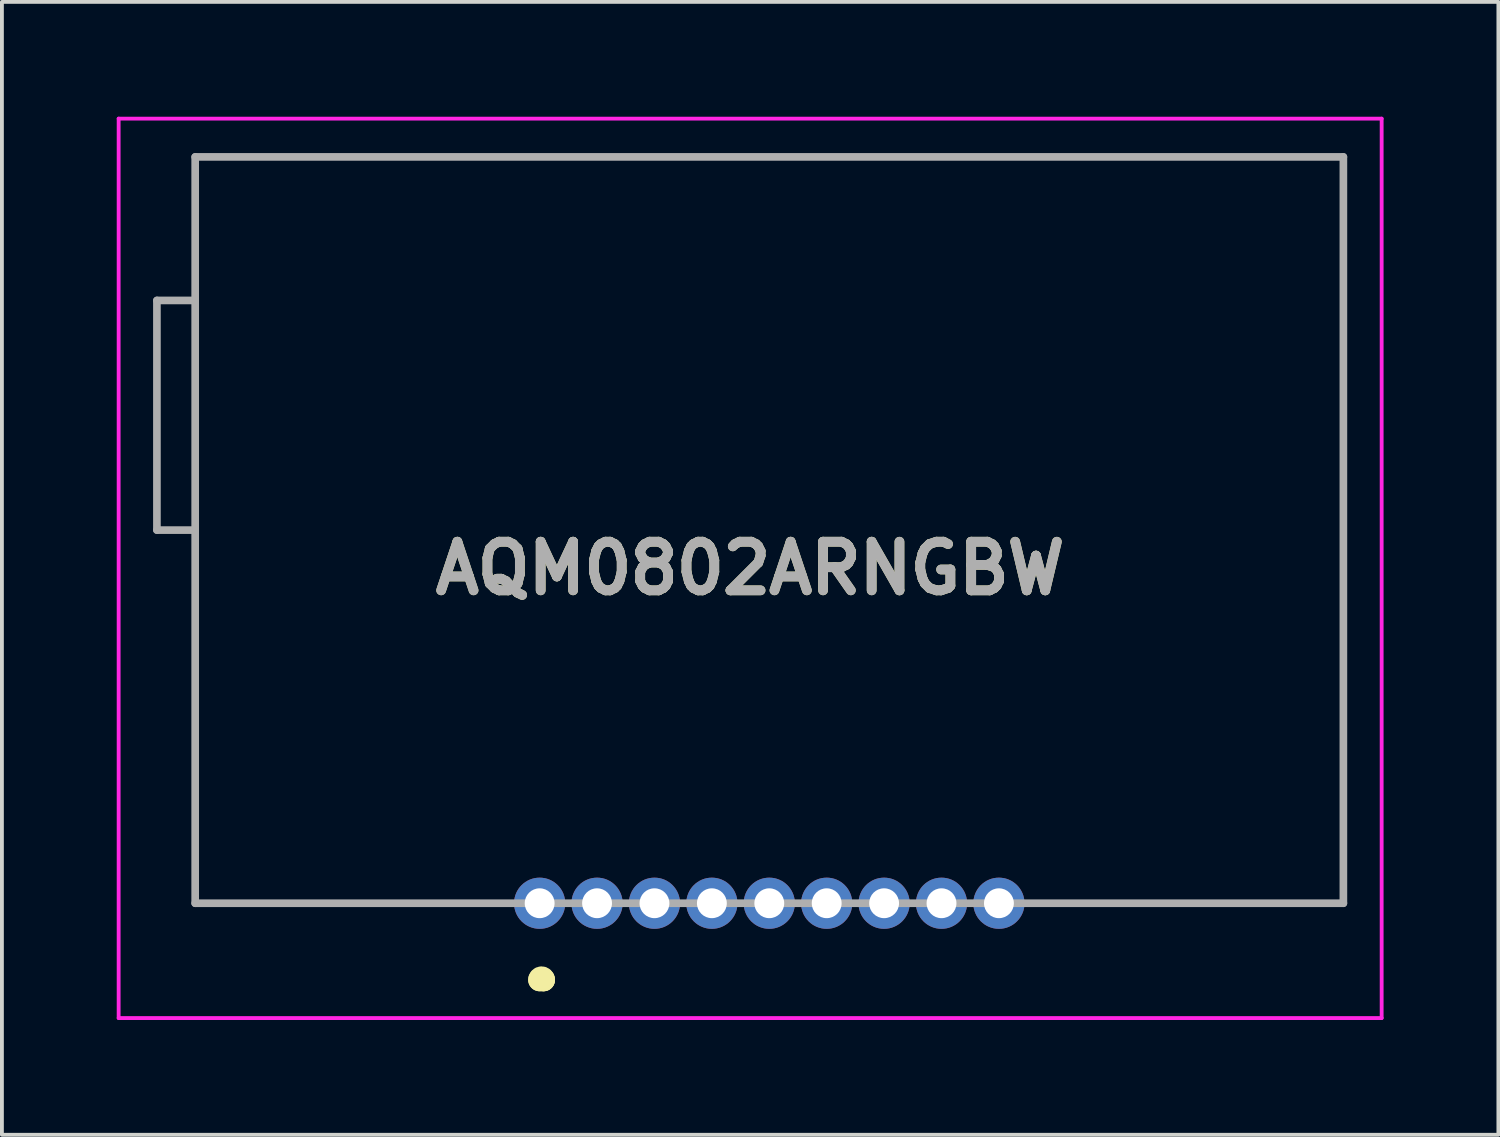
<source format=kicad_pcb>
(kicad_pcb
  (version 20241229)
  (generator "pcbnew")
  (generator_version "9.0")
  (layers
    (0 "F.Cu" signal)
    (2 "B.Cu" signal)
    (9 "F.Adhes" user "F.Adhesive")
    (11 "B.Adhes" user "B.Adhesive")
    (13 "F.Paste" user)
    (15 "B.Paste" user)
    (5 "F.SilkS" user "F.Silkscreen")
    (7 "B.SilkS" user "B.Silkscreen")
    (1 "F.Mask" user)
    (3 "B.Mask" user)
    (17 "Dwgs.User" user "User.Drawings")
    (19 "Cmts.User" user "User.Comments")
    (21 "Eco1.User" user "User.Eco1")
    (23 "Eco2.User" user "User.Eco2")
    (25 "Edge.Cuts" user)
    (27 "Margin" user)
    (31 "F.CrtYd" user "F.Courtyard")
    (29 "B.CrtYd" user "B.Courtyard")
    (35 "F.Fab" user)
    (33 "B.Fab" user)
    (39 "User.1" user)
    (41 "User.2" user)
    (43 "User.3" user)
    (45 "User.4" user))
  (footprint "AQM0802ARNGBW"
    (layer "F.Cu")
    (at 11.05 20.55)
    (property "Reference" "AQM0802ARNGBW" (at 5.5 -8.75 0) (layer "F.SilkS") (effects (font (size 1.27 1.27) (thickness 0.254))))
    (attr through_hole)
    (fp_line (start -9 -19.5) (end 21 -19.5) (stroke (width 0.1) (type solid)) (layer "F.SilkS"))
    (fp_line (start -9 0) (end -9 -19.5) (stroke (width 0.1) (type solid)) (layer "F.SilkS"))
    (fp_line (start -1.5 0) (end -9 0) (stroke (width 0.1) (type solid)) (layer "F.SilkS"))
    (fp_line (start 0 2) (end 0.1 2) (stroke (width 0.6) (type solid)) (layer "F.SilkS"))
    (fp_line (start 0.1 2) (end 0.1 2) (stroke (width 0.6) (type solid)) (layer "F.SilkS"))
    (fp_line (start 21 -19.5) (end 21 0) (stroke (width 0.1) (type solid)) (layer "F.SilkS"))
    (fp_line (start 21 0) (end 13.5 0) (stroke (width 0.1) (type solid)) (layer "F.SilkS"))
    (fp_arc (start 0 2) (mid 0.05 1.95) (end 0.1 2) (stroke (width 0.6) (type solid)) (layer "F.SilkS"))
    (fp_line (start -11 -20.5) (end 22 -20.5) (stroke (width 0.1) (type solid)) (layer "F.CrtYd"))
    (fp_line (start -11 3) (end -11 -20.5) (stroke (width 0.1) (type solid)) (layer "F.CrtYd"))
    (fp_line (start 22 -20.5) (end 22 3) (stroke (width 0.1) (type solid)) (layer "F.CrtYd"))
    (fp_line (start 22 3) (end -11 3) (stroke (width 0.1) (type solid)) (layer "F.CrtYd"))
    (fp_line (start -10 -15.75) (end -10 -9.75) (stroke (width 0.2) (type solid)) (layer "F.Fab"))
    (fp_line (start -10 -9.75) (end -9 -9.75) (stroke (width 0.2) (type solid)) (layer "F.Fab"))
    (fp_line (start -9 -19.5) (end 21 -19.5) (stroke (width 0.2) (type solid)) (layer "F.Fab"))
    (fp_line (start -9 -15.75) (end -10 -15.75) (stroke (width 0.2) (type solid)) (layer "F.Fab"))
    (fp_line (start -9 0) (end -9 -19.5) (stroke (width 0.2) (type solid)) (layer "F.Fab"))
    (fp_line (start 21 -19.5) (end 21 0) (stroke (width 0.2) (type solid)) (layer "F.Fab"))
    (fp_line (start 21 0) (end -9 0) (stroke (width 0.2) (type solid)) (layer "F.Fab"))
    (fp_text user "${REFERENCE}" (at 5.5 -8.75 0) (layer "F.Fab") (effects (font (size 1.27 1.27) (thickness 0.254))))
    (pad "1" thru_hole circle (at 0 0) (size 1.337 1.337) (drill 0.78) (layers "*.Cu" "*.Mask"))
    (pad "2" thru_hole circle (at 1.5 0) (size 1.337 1.337) (drill 0.78) (layers "*.Cu" "*.Mask"))
    (pad "3" thru_hole circle (at 3 0) (size 1.337 1.337) (drill 0.78) (layers "*.Cu" "*.Mask"))
    (pad "4" thru_hole circle (at 4.5 0) (size 1.337 1.337) (drill 0.78) (layers "*.Cu" "*.Mask"))
    (pad "5" thru_hole circle (at 6 0) (size 1.337 1.337) (drill 0.78) (layers "*.Cu" "*.Mask"))
    (pad "6" thru_hole circle (at 7.5 0) (size 1.337 1.337) (drill 0.78) (layers "*.Cu" "*.Mask"))
    (pad "7" thru_hole circle (at 9 0) (size 1.337 1.337) (drill 0.78) (layers "*.Cu" "*.Mask"))
    (pad "8" thru_hole circle (at 10.5 0) (size 1.337 1.337) (drill 0.78) (layers "*.Cu" "*.Mask"))
    (pad "9" thru_hole circle (at 12 0) (size 1.337 1.337) (drill 0.78) (layers "*.Cu" "*.Mask")))
  (gr_rect
    (start -3 -3)
    (end 36.1 26.6)
    (stroke (width 0.1) (type default))
    (fill no)
    (layer "Edge.Cuts")))
</source>
